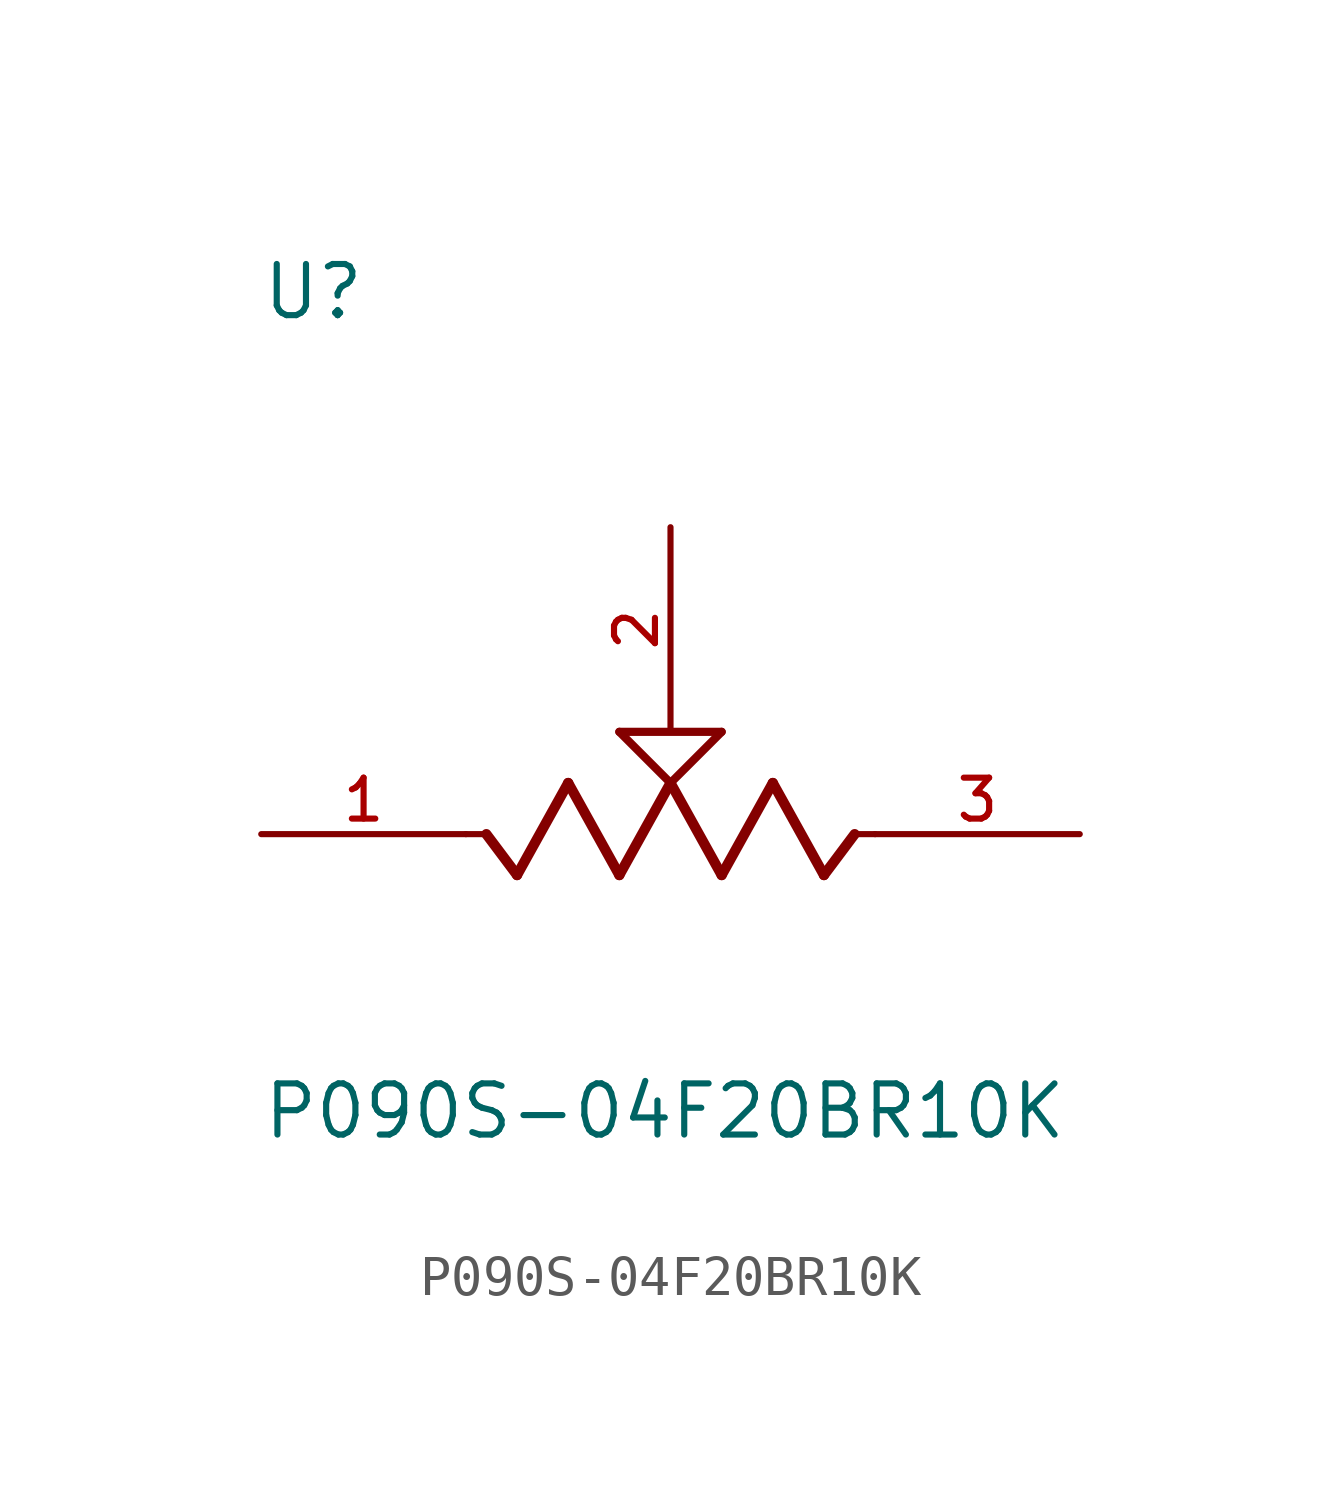
<source format=kicad_sym>
(kicad_symbol_lib
  (version 20211014)
  (generator kicad_symbol_editor)
  (symbol "P090S-04F20BR10K"
    (pin_names
      (offset 1.016))
    (property "Reference" "U"
      (at -10.178 12.722 0)
      (effects (font (size 1.27 1.27)) (justify bottom left)))
    (property "Value" "P090S-04F20BR10K"
      (at -10.161 -7.621 0)
      (effects (font (size 1.27 1.27)) (justify bottom left)))
    (symbol "P090S-04F20BR10K_0_0"
      (polyline (pts (xy 5.08 0.0) (xy 4.572 0.0)) (stroke (width 0.152)))
      (polyline (pts (xy 4.572 0.0) (xy 3.81 -1.016)) (stroke (width 0.254)))
      (polyline (pts (xy 3.81 -1.016) (xy 2.54 1.27)) (stroke (width 0.254)))
      (polyline (pts (xy 2.54 1.27) (xy 1.27 -1.016)) (stroke (width 0.254)))
      (polyline (pts (xy 1.27 -1.016) (xy 0.0 1.27)) (stroke (width 0.254)))
      (polyline (pts (xy 0.0 1.27) (xy -1.27 -1.016)) (stroke (width 0.254)))
      (polyline (pts (xy -1.27 -1.016) (xy -2.54 1.27)) (stroke (width 0.254)))
      (polyline (pts (xy -2.54 1.27) (xy -3.81 -1.016)) (stroke (width 0.254)))
      (polyline (pts (xy -3.81 -1.016) (xy -4.572 0.0)) (stroke (width 0.254)))
      (polyline (pts (xy -4.572 0.0) (xy -5.08 0.0)) (stroke (width 0.152)))
      (polyline (pts (xy 0.0 1.27) (xy -1.27 2.54)) (stroke (width 0.203)))
      (polyline (pts (xy 1.27 2.54) (xy 0.0 1.27)) (stroke (width 0.203)))
      (polyline (pts (xy -1.27 2.54) (xy 1.27 2.54)) (stroke (width 0.203)))
      (pin passive line (at 10.16 0.0 180.0) (length 5.08) (name "~" (effects (font (size 1.016 1.016)))) (number "3" (effects (font (size 1.016 1.016)))))
      (pin passive line (at -10.16 0.0 0) (length 5.08) (name "~" (effects (font (size 1.016 1.016)))) (number "1" (effects (font (size 1.016 1.016)))))
      (pin passive line (at 0.0 7.62 270.0) (length 5.08) (name "~" (effects (font (size 1.016 1.016)))) (number "2" (effects (font (size 1.016 1.016))))))))
</source>
